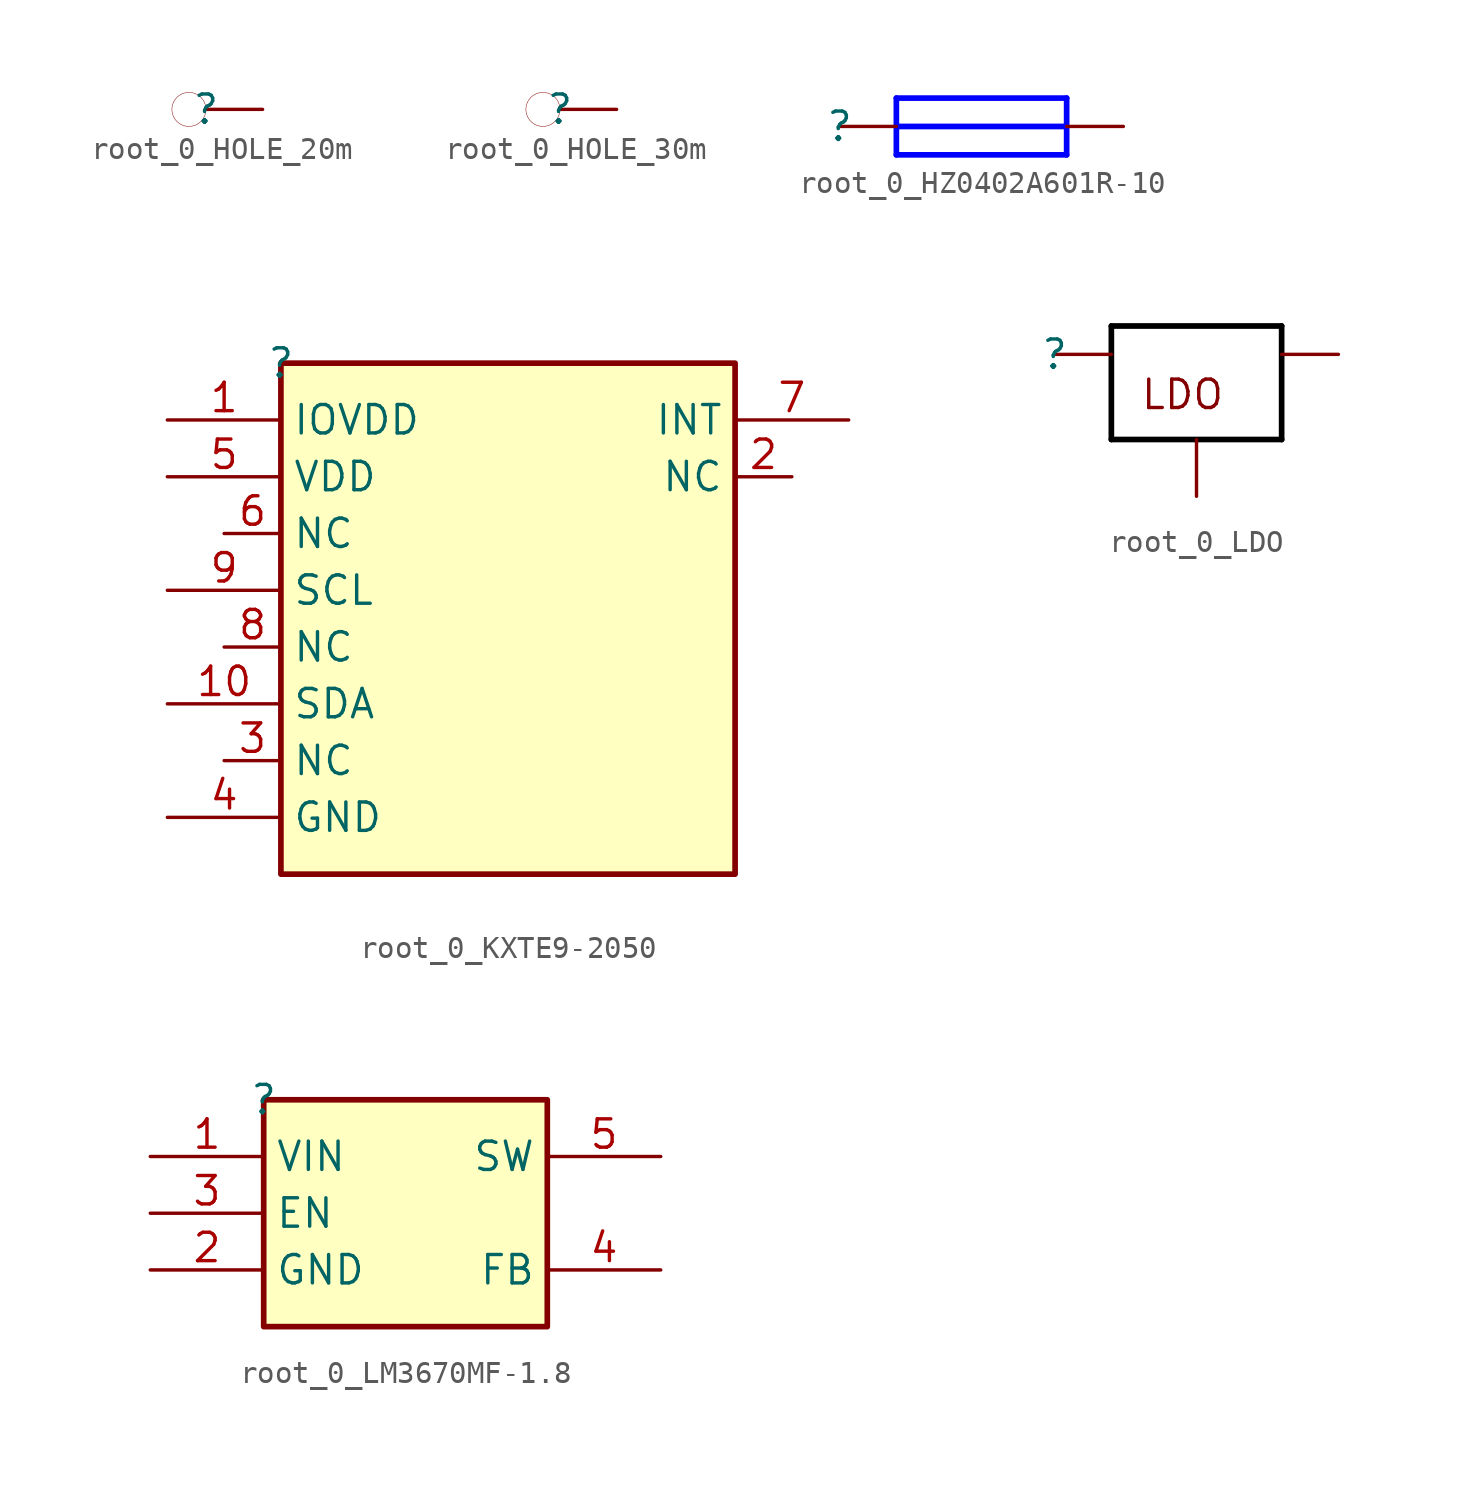
<source format=kicad_sym>
(kicad_symbol_lib
  (version 20231120)
  (generator "kicad_symbol_editor")
  (generator_version "8.0")
  (symbol "root_0_HOLE_20m"
    (property "Reference" ""
      (at 0 0 0)
      (effects (font (size 1.27 1.27))))
    (property "Value" ""
      (at 0 0 0)
      (effects (font (size 1.27 1.27))))
    (symbol "root_0_HOLE_20m_1_0"
      (circle (center -0.762 0) (radius 0.762) (stroke (width 0.0001) (type solid)) (fill (type none)))
      (pin passive line (at 2.54 0 180) (length 2.54) (name "1" (effects (font (size 0 0)))) (number "1" (effects (font (size 0 0)))))))
  (symbol "root_0_HOLE_30m"
    (property "Reference" ""
      (at 0 0 0)
      (effects (font (size 1.27 1.27))))
    (property "Value" ""
      (at 0 0 0)
      (effects (font (size 1.27 1.27))))
    (symbol "root_0_HOLE_30m_1_0"
      (circle (center -0.762 0) (radius 0.762) (stroke (width 0.0001) (type solid)) (fill (type none)))
      (pin passive line (at 2.54 0 180) (length 2.54) (name "1" (effects (font (size 0 0)))) (number "1" (effects (font (size 0 0)))))))
  (symbol "root_0_HZ0402A601R-10"
    (property "Reference" ""
      (at 0 0 0)
      (effects (font (size 1.27 1.27))))
    (property "Value" ""
      (at 0 0 0)
      (effects (font (size 1.27 1.27))))
    (symbol "root_0_HZ0402A601R-10_1_0"
      (polyline (pts (xy 2.54 -1.27) (xy 2.54 1.27)) (stroke (width 0.254) (type solid) (color 0 0 255 1)) (fill (type none)))
      (polyline (pts (xy 2.54 -1.27) (xy 10.16 -1.27)) (stroke (width 0.254) (type solid) (color 0 0 255 1)) (fill (type none)))
      (polyline (pts (xy 2.54 0) (xy 10.16 0)) (stroke (width 0.254) (type solid) (color 0 0 255 1)) (fill (type none)))
      (polyline (pts (xy 2.54 1.27) (xy 10.16 1.27)) (stroke (width 0.254) (type solid) (color 0 0 255 1)) (fill (type none)))
      (polyline (pts (xy 10.16 -1.27) (xy 10.16 1.27)) (stroke (width 0.254) (type solid) (color 0 0 255 1)) (fill (type none)))
      (pin passive line (at 0 0 0) (length 2.54) (name "1" (effects (font (size 0 0)))) (number "1" (effects (font (size 0 0)))))
      (pin passive line (at 12.7 0 180) (length 2.54) (name "2" (effects (font (size 0 0)))) (number "2" (effects (font (size 0 0)))))))
  (symbol "root_0_KXTE9-2050"
    (property "Reference" ""
      (at 0 0 0)
      (effects (font (size 1.27 1.27))))
    (property "Value" ""
      (at 0 0 0)
      (effects (font (size 1.27 1.27))))
    (symbol "root_0_KXTE9-2050_1_0"
      (rectangle (start 20.32 0) (end 0 -22.86) (stroke (width 0.254) (type solid)) (fill (type background)))
      (pin passive line (at -5.08 -2.54 0) (length 5.08) (name "IOVDD" (effects (font (size 1.27 1.27)))) (number "1" (effects (font (size 1.27 1.27)))))
      (pin passive line (at -5.08 -15.24 0) (length 5.08) (name "SDA" (effects (font (size 1.27 1.27)))) (number "10" (effects (font (size 1.27 1.27)))))
      (pin power_in line (at 22.86 -5.08 180) (length 2.54) (name "NC" (effects (font (size 1.27 1.27)))) (number "2" (effects (font (size 1.27 1.27)))))
      (pin passive line (at -2.54 -17.78 0) (length 2.54) (name "NC" (effects (font (size 1.27 1.27)))) (number "3" (effects (font (size 1.27 1.27)))))
      (pin passive line (at -5.08 -20.32 0) (length 5.08) (name "GND" (effects (font (size 1.27 1.27)))) (number "4" (effects (font (size 1.27 1.27)))))
      (pin passive line (at -5.08 -5.08 0) (length 5.08) (name "VDD" (effects (font (size 1.27 1.27)))) (number "5" (effects (font (size 1.27 1.27)))))
      (pin passive line (at -2.54 -7.62 0) (length 2.54) (name "NC" (effects (font (size 1.27 1.27)))) (number "6" (effects (font (size 1.27 1.27)))))
      (pin passive line (at 25.4 -2.54 180) (length 5.08) (name "INT" (effects (font (size 1.27 1.27)))) (number "7" (effects (font (size 1.27 1.27)))))
      (pin passive line (at -2.54 -12.7 0) (length 2.54) (name "NC" (effects (font (size 1.27 1.27)))) (number "8" (effects (font (size 1.27 1.27)))))
      (pin passive line (at -5.08 -10.16 0) (length 5.08) (name "SCL" (effects (font (size 1.27 1.27)))) (number "9" (effects (font (size 1.27 1.27)))))))
  (symbol "root_0_LDO"
    (property "Reference" ""
      (at 0 0 0)
      (effects (font (size 1.27 1.27))))
    (property "Value" ""
      (at 0 0 0)
      (effects (font (size 1.27 1.27))))
    (symbol "root_0_LDO_1_0"
      (polyline (pts (xy 2.54 -3.81) (xy 10.16 -3.81)) (stroke (width 0.254) (type solid) (color 0 0 0 1)) (fill (type none)))
      (polyline (pts (xy 2.54 1.27) (xy 2.54 -3.81)) (stroke (width 0.254) (type solid) (color 0 0 0 1)) (fill (type none)))
      (polyline (pts (xy 2.54 1.27) (xy 10.16 1.27)) (stroke (width 0.254) (type solid) (color 0 0 0 1)) (fill (type none)))
      (polyline (pts (xy 10.16 1.27) (xy 10.16 -3.81)) (stroke (width 0.254) (type solid) (color 0 0 0 1)) (fill (type none)))
      (text "LDO" (at 3.81 -2.54 0) (effects (font (size 1.27 1.27)) (justify left bottom)))
      (pin passive line (at 0 0 0) (length 2.54) (name "IN" (effects (font (size 0 0)))) (number "1" (effects (font (size 0 0)))))
      (pin passive line (at 6.35 -6.35 90) (length 2.54) (name "GND" (effects (font (size 0 0)))) (number "2" (effects (font (size 0 0)))))
      (pin passive line (at 12.7 0 180) (length 2.54) (name "OUT" (effects (font (size 0 0)))) (number "3" (effects (font (size 0 0)))))))
  (symbol "root_0_LM3670MF-1.8"
    (property "Reference" ""
      (at 0 0 0)
      (effects (font (size 1.27 1.27))))
    (property "Value" ""
      (at 0 0 0)
      (effects (font (size 1.27 1.27))))
    (symbol "root_0_LM3670MF-1.8_1_0"
      (rectangle (start 12.7 0) (end 0 -10.16) (stroke (width 0.254) (type solid)) (fill (type background)))
      (pin passive line (at -5.08 -2.54 0) (length 5.08) (name "VIN" (effects (font (size 1.27 1.27)))) (number "1" (effects (font (size 1.27 1.27)))))
      (pin passive line (at -5.08 -7.62 0) (length 5.08) (name "GND" (effects (font (size 1.27 1.27)))) (number "2" (effects (font (size 1.27 1.27)))))
      (pin passive line (at -5.08 -5.08 0) (length 5.08) (name "EN" (effects (font (size 1.27 1.27)))) (number "3" (effects (font (size 1.27 1.27)))))
      (pin passive line (at 17.78 -7.62 180) (length 5.08) (name "FB" (effects (font (size 1.27 1.27)))) (number "4" (effects (font (size 1.27 1.27)))))
      (pin passive line (at 17.78 -2.54 180) (length 5.08) (name "SW" (effects (font (size 1.27 1.27)))) (number "5" (effects (font (size 1.27 1.27))))))))
</source>
